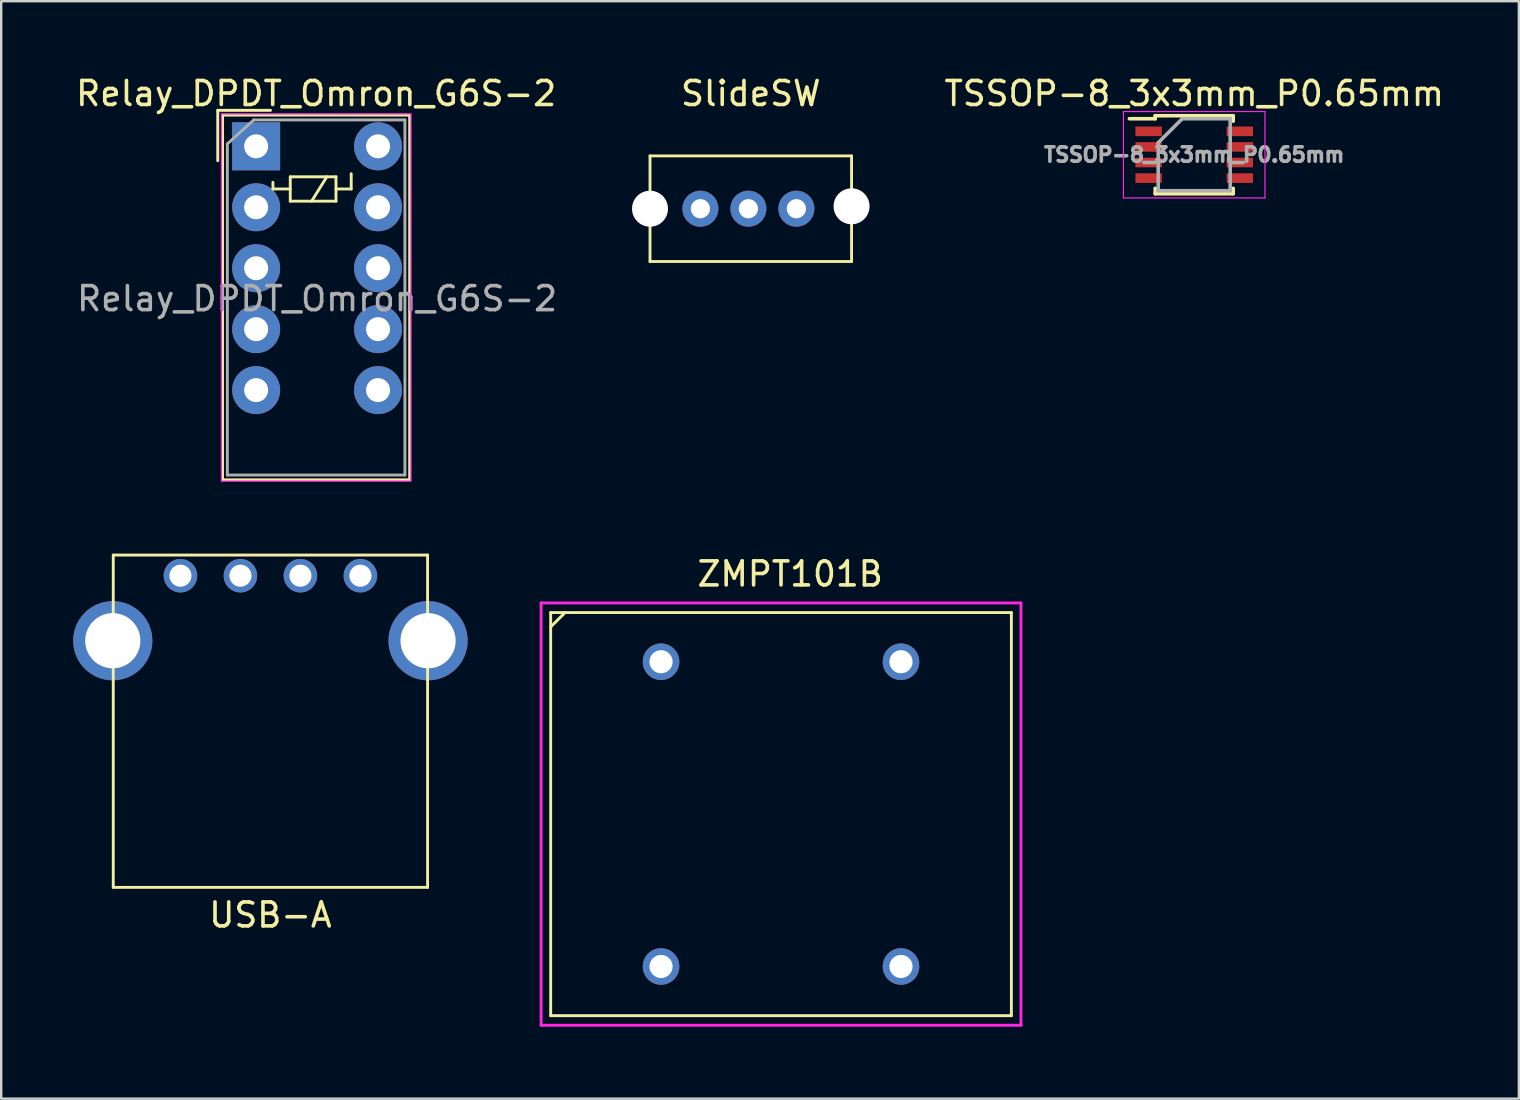
<source format=kicad_pcb>
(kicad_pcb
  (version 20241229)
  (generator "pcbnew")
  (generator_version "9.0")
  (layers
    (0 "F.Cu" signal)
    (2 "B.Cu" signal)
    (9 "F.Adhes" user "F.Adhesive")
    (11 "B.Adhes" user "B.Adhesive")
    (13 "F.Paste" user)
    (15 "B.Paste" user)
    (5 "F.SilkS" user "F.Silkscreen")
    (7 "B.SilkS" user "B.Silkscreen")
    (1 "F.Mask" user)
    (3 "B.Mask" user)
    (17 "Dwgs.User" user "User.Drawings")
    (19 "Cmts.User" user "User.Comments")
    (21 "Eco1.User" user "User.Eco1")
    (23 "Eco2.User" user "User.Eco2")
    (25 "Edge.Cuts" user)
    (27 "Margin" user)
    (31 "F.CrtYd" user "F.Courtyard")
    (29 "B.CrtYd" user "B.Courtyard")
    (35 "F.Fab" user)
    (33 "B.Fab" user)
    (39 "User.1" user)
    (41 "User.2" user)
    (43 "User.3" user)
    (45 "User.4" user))
  (footprint "Relay_DPDT_Omron_G6S-2"
    (layer "F.Cu")
    (at 7.625 3.048)
    (property "Reference" "Relay_DPDT_Omron_G6S-2" (at 2.5 -2.2 0) (layer "F.SilkS") (effects (font (size 1 1) (thickness 0.15))))
    (attr through_hole)
    (fp_line (start -1.6 -1.5) (end 0.6 -1.5) (stroke (width 0.12) (type solid)) (layer "F.SilkS"))
    (fp_line (start -1.6 0.6) (end -1.6 -1.5) (stroke (width 0.12) (type solid)) (layer "F.SilkS"))
    (fp_line (start -1.4 -1.3) (end 6.4 -1.3) (stroke (width 0.12) (type solid)) (layer "F.SilkS"))
    (fp_line (start -1.4 13.9) (end -1.4 -1.3) (stroke (width 0.12) (type solid)) (layer "F.SilkS"))
    (fp_line (start 0.7 1.5) (end 0.7 1.778) (stroke (width 0.12) (type solid)) (layer "F.SilkS"))
    (fp_line (start 0.7 1.778) (end 1.422 1.778) (stroke (width 0.12) (type solid)) (layer "F.SilkS"))
    (fp_line (start 1.422 1.27) (end 1.422 2.286) (stroke (width 0.12) (type solid)) (layer "F.SilkS"))
    (fp_line (start 1.422 2.286) (end 3.327 2.286) (stroke (width 0.12) (type solid)) (layer "F.SilkS"))
    (fp_line (start 2.946 1.27) (end 2.311 2.286) (stroke (width 0.12) (type solid)) (layer "F.SilkS"))
    (fp_line (start 3.327 1.27) (end 1.422 1.27) (stroke (width 0.12) (type solid)) (layer "F.SilkS"))
    (fp_line (start 3.327 1.27) (end 3.327 2.286) (stroke (width 0.12) (type solid)) (layer "F.SilkS"))
    (fp_line (start 3.962 1.143) (end 3.962 1.778) (stroke (width 0.12) (type solid)) (layer "F.SilkS"))
    (fp_line (start 3.962 1.778) (end 3.327 1.778) (stroke (width 0.12) (type solid)) (layer "F.SilkS"))
    (fp_line (start 6.4 -1.3) (end 6.4 13.9) (stroke (width 0.12) (type solid)) (layer "F.SilkS"))
    (fp_line (start 6.4 13.9) (end -1.4 13.9) (stroke (width 0.12) (type solid)) (layer "F.SilkS"))
    (fp_line (start -1.45 -1.35) (end -1.45 13.95) (stroke (width 0.05) (type solid)) (layer "F.CrtYd"))
    (fp_line (start -1.45 -1.35) (end 6.45 -1.35) (stroke (width 0.05) (type solid)) (layer "F.CrtYd"))
    (fp_line (start 6.45 13.95) (end -1.45 13.95) (stroke (width 0.05) (type solid)) (layer "F.CrtYd"))
    (fp_line (start 6.45 13.95) (end 6.45 -1.35) (stroke (width 0.05) (type solid)) (layer "F.CrtYd"))
    (fp_line (start -1.2 -0.1) (end -0.1 -1.1) (stroke (width 0.12) (type solid)) (layer "F.Fab"))
    (fp_line (start -1.2 13.7) (end -1.2 -0.1) (stroke (width 0.12) (type solid)) (layer "F.Fab"))
    (fp_line (start -0.1 -1.1) (end 6.2 -1.1) (stroke (width 0.12) (type solid)) (layer "F.Fab"))
    (fp_line (start 6.2 -1.1) (end 6.2 13.7) (stroke (width 0.12) (type solid)) (layer "F.Fab"))
    (fp_line (start 6.2 13.7) (end -1.2 13.7) (stroke (width 0.12) (type solid)) (layer "F.Fab"))
    (fp_text user "${REFERENCE}" (at 2.54 6.35 0) (layer "F.Fab") (effects (font (size 1 1) (thickness 0.15))))
    (pad "1" thru_hole rect (at 0 0) (size 2 2) (drill 1) (layers "*.Cu" "*.Mask"))
    (pad "2" thru_hole circle (at 0 2.54) (size 2 2) (drill 1) (layers "*.Cu" "*.Mask"))
    (pad "3" thru_hole circle (at 0 5.08) (size 2 2) (drill 1) (layers "*.Cu" "*.Mask"))
    (pad "4" thru_hole circle (at 0 7.62 270) (size 2 2) (drill 1) (layers "*.Cu" "*.Mask"))
    (pad "5" thru_hole circle (at 0 10.16) (size 2 2) (drill 1) (layers "*.Cu" "*.Mask"))
    (pad "8" thru_hole circle (at 5.08 10.16) (size 2 2) (drill 1) (layers "*.Cu" "*.Mask"))
    (pad "9" thru_hole circle (at 5.08 7.62 270) (size 2 2) (drill 1) (layers "*.Cu" "*.Mask"))
    (pad "10" thru_hole circle (at 5.08 5.08) (size 2 2) (drill 1) (layers "*.Cu" "*.Mask"))
    (pad "11" thru_hole circle (at 5.08 2.54) (size 2 2) (drill 1) (layers "*.Cu" "*.Mask"))
    (pad "12" thru_hole circle (at 5.08 0) (size 2 2) (drill 1) (layers "*.Cu" "*.Mask")))
  (footprint "ZMPT101B"
    (layer "F.Cu")
    (at 29.5 30.879)
    (property "Reference" "ZMPT101B" (at 0.381 -10.008 0) (layer "F.SilkS") (effects (font (size 1 1) (thickness 0.15))))
    (attr through_hole)
    (fp_line (start -9.6 -8.4) (end 9.6 -8.4) (stroke (width 0.12) (type solid)) (layer "F.SilkS"))
    (fp_line (start -9.6 8.4) (end -9.6 -8.4) (stroke (width 0.12) (type solid)) (layer "F.SilkS"))
    (fp_line (start -9 -8.4) (end -9.6 -7.8) (stroke (width 0.12) (type solid)) (layer "F.SilkS"))
    (fp_line (start 9.6 -8.4) (end 9.6 8.4) (stroke (width 0.12) (type solid)) (layer "F.SilkS"))
    (fp_line (start 9.6 8.4) (end -9.6 8.4) (stroke (width 0.12) (type solid)) (layer "F.SilkS"))
    (fp_line (start -10 -8.8) (end 10 -8.8) (stroke (width 0.12) (type solid)) (layer "F.CrtYd"))
    (fp_line (start -10 8.8) (end -10 -8.8) (stroke (width 0.12) (type solid)) (layer "F.CrtYd"))
    (fp_line (start 10 -8.8) (end 10 8.8) (stroke (width 0.12) (type solid)) (layer "F.CrtYd"))
    (fp_line (start 10 8.8) (end -10 8.8) (stroke (width 0.12) (type solid)) (layer "F.CrtYd"))
    (pad "1" thru_hole circle (at -5 -6.35) (size 1.524 1.524) (drill 0.965) (layers "*.Cu" "*.Mask"))
    (pad "2" thru_hole circle (at -5 6.35) (size 1.524 1.524) (drill 0.965) (layers "*.Cu" "*.Mask"))
    (pad "3" thru_hole circle (at 5 6.35) (size 1.524 1.524) (drill 0.965) (layers "*.Cu" "*.Mask"))
    (pad "4" thru_hole circle (at 5 -6.35) (size 1.524 1.524) (drill 0.965) (layers "*.Cu" "*.Mask")))
  (footprint "TSSOP-8_3x3mm_P0.65mm"
    (layer "F.Cu")
    (at 46.72 3.398)
    (property "Reference" "TSSOP-8_3x3mm_P0.65mm" (at 0 -2.55 0) (layer "F.SilkS") (effects (font (size 1 1) (thickness 0.15))))
    (attr smd)
    (fp_line (start -1.625 -1.625) (end -1.625 -1.5) (stroke (width 0.15) (type solid)) (layer "F.SilkS"))
    (fp_line (start -1.625 -1.625) (end 1.625 -1.625) (stroke (width 0.15) (type solid)) (layer "F.SilkS"))
    (fp_line (start -1.625 -1.5) (end -2.7 -1.5) (stroke (width 0.15) (type solid)) (layer "F.SilkS"))
    (fp_line (start -1.625 1.625) (end -1.625 1.4) (stroke (width 0.15) (type solid)) (layer "F.SilkS"))
    (fp_line (start -1.625 1.625) (end 1.625 1.625) (stroke (width 0.15) (type solid)) (layer "F.SilkS"))
    (fp_line (start 1.625 -1.625) (end 1.625 -1.4) (stroke (width 0.15) (type solid)) (layer "F.SilkS"))
    (fp_line (start 1.625 1.625) (end 1.625 1.4) (stroke (width 0.15) (type solid)) (layer "F.SilkS"))
    (fp_line (start -2.95 -1.8) (end -2.95 1.8) (stroke (width 0.05) (type solid)) (layer "F.CrtYd"))
    (fp_line (start -2.95 -1.8) (end 2.95 -1.8) (stroke (width 0.05) (type solid)) (layer "F.CrtYd"))
    (fp_line (start -2.95 1.8) (end 2.95 1.8) (stroke (width 0.05) (type solid)) (layer "F.CrtYd"))
    (fp_line (start 2.95 -1.8) (end 2.95 1.8) (stroke (width 0.05) (type solid)) (layer "F.CrtYd"))
    (fp_line (start -1.5 -0.5) (end -0.5 -1.5) (stroke (width 0.15) (type solid)) (layer "F.Fab"))
    (fp_line (start -1.5 1.5) (end -1.5 -0.5) (stroke (width 0.15) (type solid)) (layer "F.Fab"))
    (fp_line (start -0.5 -1.5) (end 1.5 -1.5) (stroke (width 0.15) (type solid)) (layer "F.Fab"))
    (fp_line (start 1.5 -1.5) (end 1.5 1.5) (stroke (width 0.15) (type solid)) (layer "F.Fab"))
    (fp_line (start 1.5 1.5) (end -1.5 1.5) (stroke (width 0.15) (type solid)) (layer "F.Fab"))
    (fp_text user "${REFERENCE}" (at 0 0 0) (layer "F.Fab") (effects (font (size 0.6 0.6) (thickness 0.15))))
    (pad "1" smd rect (at -1.9 -0.975) (size 1.1 0.4) (layers "F.Cu" "F.Mask" "F.Paste"))
    (pad "2" smd rect (at -1.9 -0.325) (size 1.1 0.4) (layers "F.Cu" "F.Mask" "F.Paste"))
    (pad "3" smd rect (at -1.9 0.325) (size 1.1 0.4) (layers "F.Cu" "F.Mask" "F.Paste"))
    (pad "4" smd rect (at -1.9 0.975) (size 1.1 0.4) (layers "F.Cu" "F.Mask" "F.Paste"))
    (pad "5" smd rect (at 1.9 0.975) (size 1.1 0.4) (layers "F.Cu" "F.Mask" "F.Paste"))
    (pad "6" smd rect (at 1.9 0.325) (size 1.1 0.4) (layers "F.Cu" "F.Mask" "F.Paste"))
    (pad "7" smd rect (at 1.9 -0.325) (size 1.1 0.4) (layers "F.Cu" "F.Mask" "F.Paste"))
    (pad "8" smd rect (at 1.9 -0.975) (size 1.1 0.4) (layers "F.Cu" "F.Mask" "F.Paste")))
  (footprint "SlideSW"
    (layer "F.Cu")
    (at 28.14 5.648)
    (property "Reference" "SlideSW" (at 0.1 -4.8 0) (layer "F.SilkS") (effects (font (size 1 1) (thickness 0.15))))
    (attr through_hole)
    (fp_line (start -4.1 -2.2) (end 4.3 -2.2) (stroke (width 0.12) (type solid)) (layer "F.SilkS"))
    (fp_line (start -4.1 2.2) (end -4.1 -2.2) (stroke (width 0.12) (type solid)) (layer "F.SilkS"))
    (fp_line (start 4.3 -2.2) (end 4.3 2.2) (stroke (width 0.12) (type solid)) (layer "F.SilkS"))
    (fp_line (start 4.3 2.2) (end -4.1 2.2) (stroke (width 0.12) (type solid)) (layer "F.SilkS"))
    (pad "" np_thru_hole circle (at -4.1 0) (size 1.5 1.5) (drill 1.5) (layers "*.Cu" "*.Mask"))
    (pad "" np_thru_hole circle (at 4.3 -0.1) (size 1.5 1.5) (drill 1.5) (layers "*.Cu" "*.Mask"))
    (pad "1" thru_hole circle (at -2 0) (size 1.5 1.5) (drill 0.8) (layers "*.Cu" "*.Mask"))
    (pad "2" thru_hole circle (at 0 0) (size 1.5 1.5) (drill 0.8) (layers "*.Cu" "*.Mask"))
    (pad "3" thru_hole circle (at 2 0) (size 1.5 1.5) (drill 0.8) (layers "*.Cu" "*.Mask")))
  (footprint "USB-A"
    (layer "F.Cu")
    (at 8.22 23.653)
    (property "Reference" "USB-A" (at 0 11.43 0) (layer "F.SilkS") (effects (font (size 1 1) (thickness 0.15))))
    (attr through_hole)
    (fp_line (start -6.55 -3.57) (end 6.55 -3.57) (stroke (width 0.12) (type solid)) (layer "F.SilkS"))
    (fp_line (start -6.55 10.28) (end -6.55 -3.57) (stroke (width 0.12) (type solid)) (layer "F.SilkS"))
    (fp_line (start -6.55 10.28) (end 6.55 10.28) (stroke (width 0.12) (type solid)) (layer "F.SilkS"))
    (fp_line (start 6.55 10.28) (end 6.55 -3.57) (stroke (width 0.12) (type solid)) (layer "F.SilkS"))
    (pad "1" thru_hole circle (at -3.75 -2.71) (size 1.397 1.397) (drill 0.92) (layers "*.Cu" "*.Mask"))
    (pad "2" thru_hole circle (at -1.25 -2.71) (size 1.397 1.397) (drill 0.92) (layers "*.Cu" "*.Mask"))
    (pad "3" thru_hole circle (at 1.25 -2.71) (size 1.397 1.397) (drill 0.92) (layers "*.Cu" "*.Mask"))
    (pad "4" thru_hole circle (at 3.75 -2.71) (size 1.397 1.397) (drill 0.92) (layers "*.Cu" "*.Mask"))
    (pad "5" thru_hole circle (at -6.57 0) (size 3.3 3.3) (drill 2.3) (layers "*.Cu" "*.Mask"))
    (pad "5" thru_hole circle (at 6.57 0) (size 3.3 3.3) (drill 2.3) (layers "*.Cu" "*.Mask")))
  (gr_rect
    (start -3 -3)
    (end 60.25 42.739)
    (stroke (width 0.1) (type default))
    (fill no)
    (layer "Edge.Cuts")))
</source>
